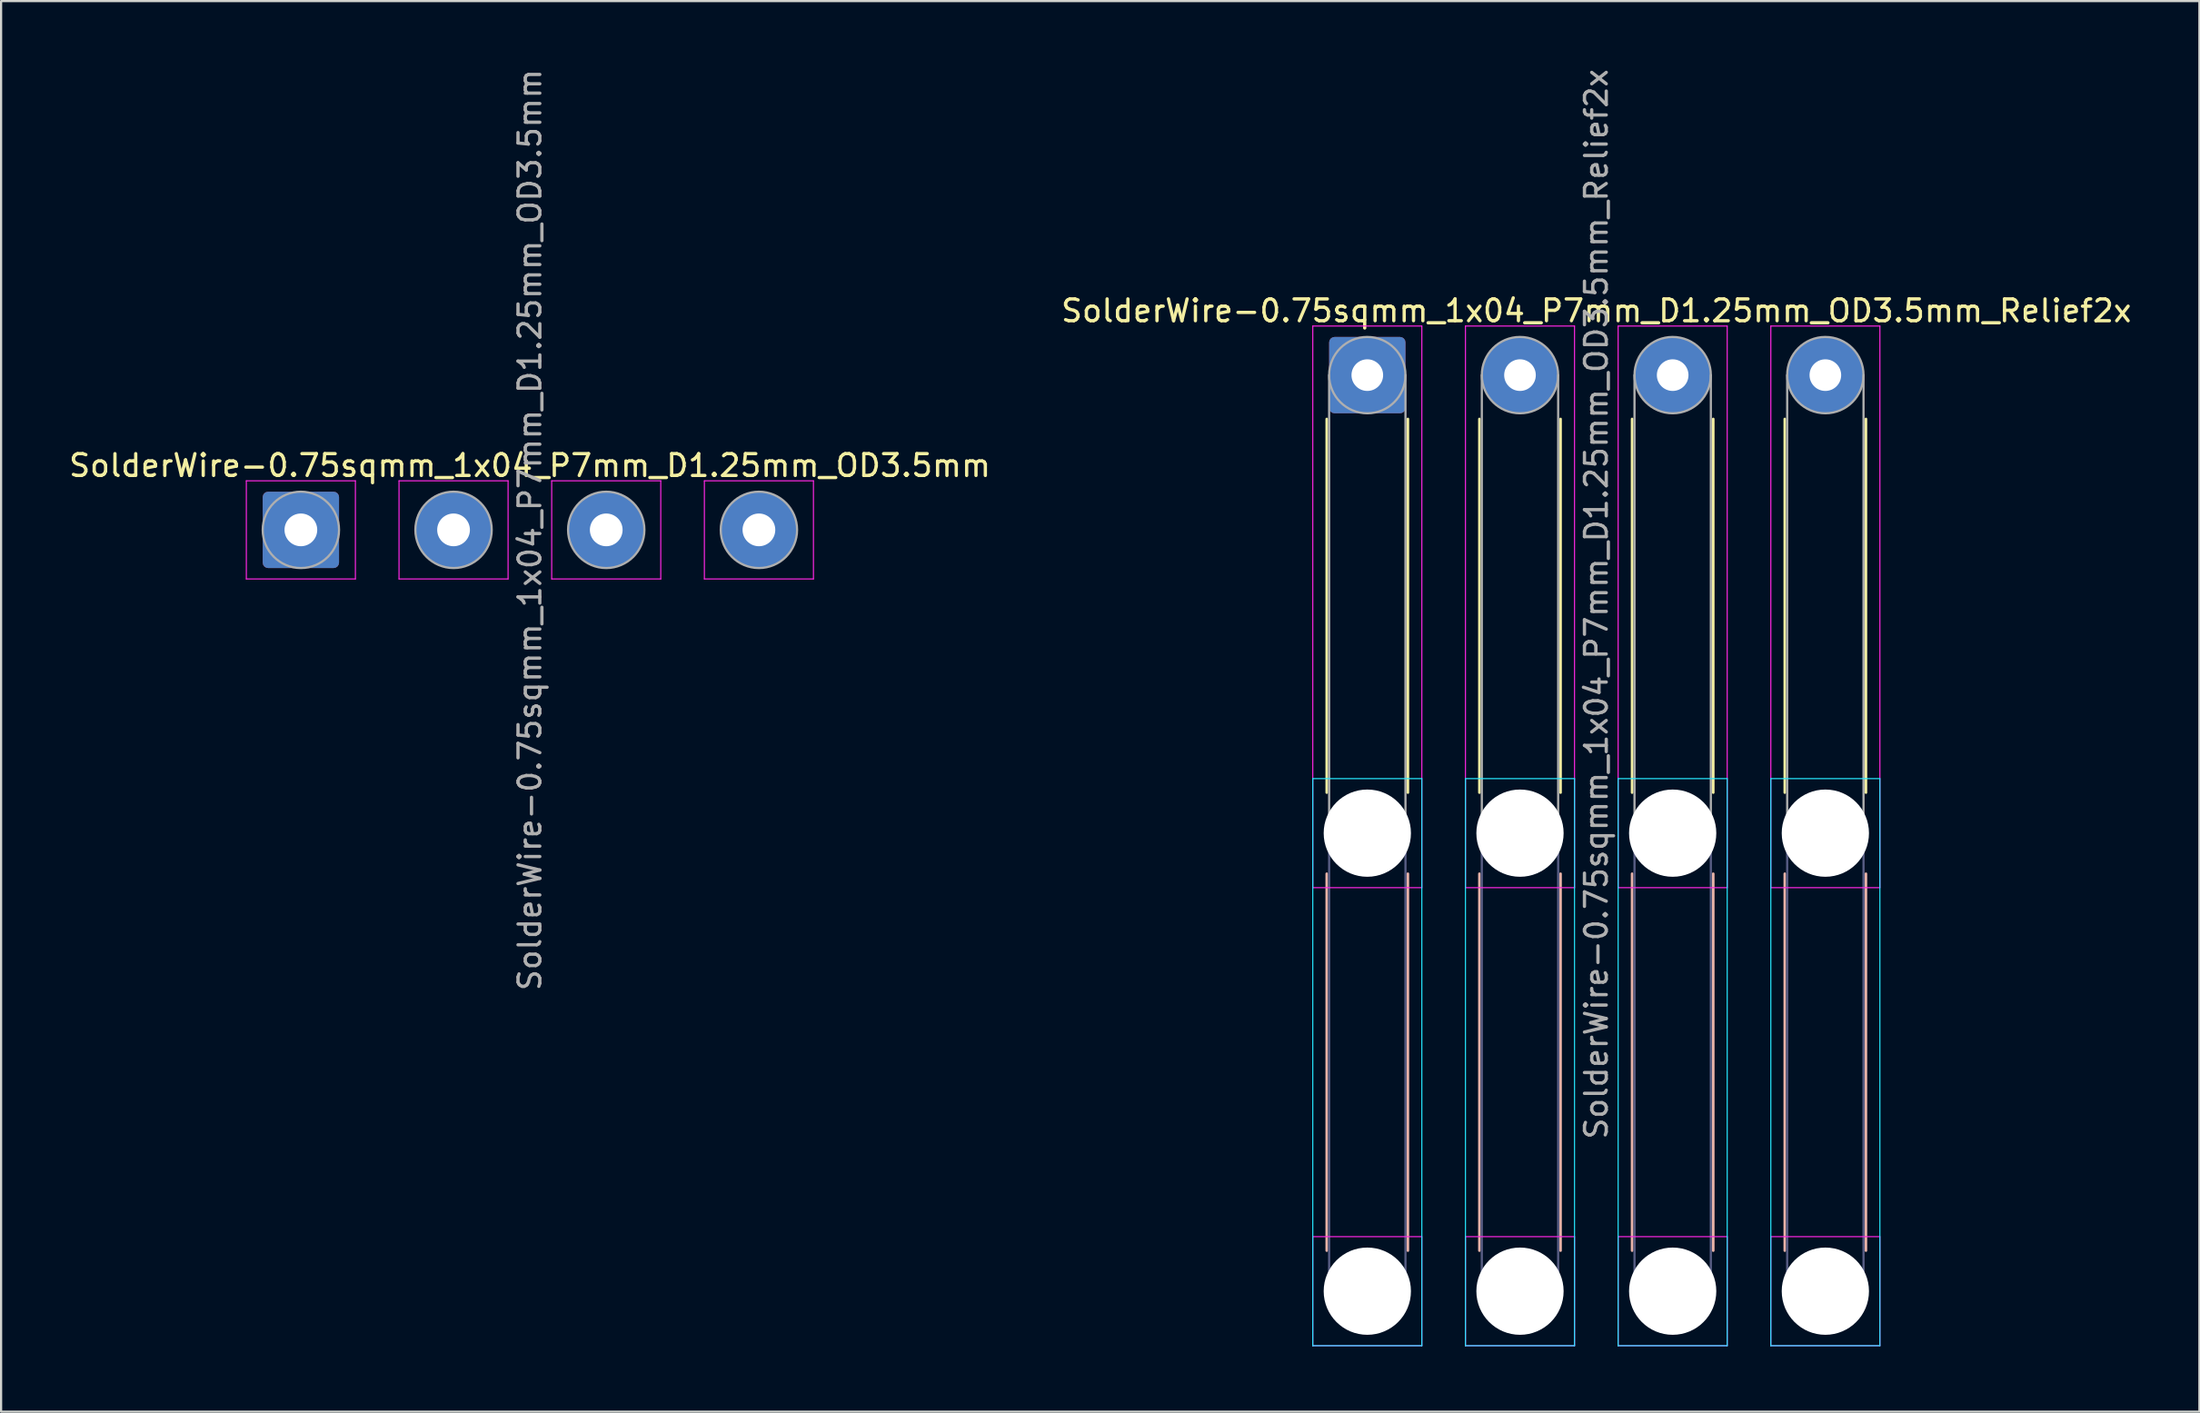
<source format=kicad_pcb>
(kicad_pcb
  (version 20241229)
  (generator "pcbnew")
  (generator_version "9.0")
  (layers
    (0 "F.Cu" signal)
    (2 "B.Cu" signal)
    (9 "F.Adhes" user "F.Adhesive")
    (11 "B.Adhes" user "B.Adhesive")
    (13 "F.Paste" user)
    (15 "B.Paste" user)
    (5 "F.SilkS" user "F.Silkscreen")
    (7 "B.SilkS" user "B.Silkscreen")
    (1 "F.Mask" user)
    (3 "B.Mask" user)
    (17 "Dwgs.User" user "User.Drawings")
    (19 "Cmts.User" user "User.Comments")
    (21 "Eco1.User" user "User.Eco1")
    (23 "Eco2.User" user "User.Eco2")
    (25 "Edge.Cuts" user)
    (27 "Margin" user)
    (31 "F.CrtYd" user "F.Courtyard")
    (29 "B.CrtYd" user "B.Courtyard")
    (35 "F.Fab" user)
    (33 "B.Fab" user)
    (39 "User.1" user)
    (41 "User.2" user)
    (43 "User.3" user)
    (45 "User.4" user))
  (footprint "SolderWire-0.75sqmm_1x04_P7mm_D1.25mm_OD3.5mm"
    (layer "F.Cu")
    (at 10.744 21.244)
    (property "Reference" "SolderWire-0.75sqmm_1x04_P7mm_D1.25mm_OD3.5mm" (at 10.5 -2.95 0) (layer "F.SilkS") (effects (font (size 1 1) (thickness 0.15))))
    (attr exclude_from_pos_files exclude_from_bom)
    (fp_line (start -2.5 -2.25) (end -2.5 2.25) (stroke (width 0.05) (type solid)) (layer "F.CrtYd"))
    (fp_line (start -2.5 2.25) (end 2.5 2.25) (stroke (width 0.05) (type solid)) (layer "F.CrtYd"))
    (fp_line (start 2.5 -2.25) (end -2.5 -2.25) (stroke (width 0.05) (type solid)) (layer "F.CrtYd"))
    (fp_line (start 2.5 2.25) (end 2.5 -2.25) (stroke (width 0.05) (type solid)) (layer "F.CrtYd"))
    (fp_line (start 4.5 -2.25) (end 4.5 2.25) (stroke (width 0.05) (type solid)) (layer "F.CrtYd"))
    (fp_line (start 4.5 2.25) (end 9.5 2.25) (stroke (width 0.05) (type solid)) (layer "F.CrtYd"))
    (fp_line (start 9.5 -2.25) (end 4.5 -2.25) (stroke (width 0.05) (type solid)) (layer "F.CrtYd"))
    (fp_line (start 9.5 2.25) (end 9.5 -2.25) (stroke (width 0.05) (type solid)) (layer "F.CrtYd"))
    (fp_line (start 11.5 -2.25) (end 11.5 2.25) (stroke (width 0.05) (type solid)) (layer "F.CrtYd"))
    (fp_line (start 11.5 2.25) (end 16.5 2.25) (stroke (width 0.05) (type solid)) (layer "F.CrtYd"))
    (fp_line (start 16.5 -2.25) (end 11.5 -2.25) (stroke (width 0.05) (type solid)) (layer "F.CrtYd"))
    (fp_line (start 16.5 2.25) (end 16.5 -2.25) (stroke (width 0.05) (type solid)) (layer "F.CrtYd"))
    (fp_line (start 18.5 -2.25) (end 18.5 2.25) (stroke (width 0.05) (type solid)) (layer "F.CrtYd"))
    (fp_line (start 18.5 2.25) (end 23.5 2.25) (stroke (width 0.05) (type solid)) (layer "F.CrtYd"))
    (fp_line (start 23.5 -2.25) (end 18.5 -2.25) (stroke (width 0.05) (type solid)) (layer "F.CrtYd"))
    (fp_line (start 23.5 2.25) (end 23.5 -2.25) (stroke (width 0.05) (type solid)) (layer "F.CrtYd"))
    (fp_circle (center 0 0) (end 1.75 0) (stroke (width 0.1) (type solid)) (fill no) (layer "F.Fab"))
    (fp_circle (center 7 0) (end 8.75 0) (stroke (width 0.1) (type solid)) (fill no) (layer "F.Fab"))
    (fp_circle (center 14 0) (end 15.75 0) (stroke (width 0.1) (type solid)) (fill no) (layer "F.Fab"))
    (fp_circle (center 21 0) (end 22.75 0) (stroke (width 0.1) (type solid)) (fill no) (layer "F.Fab"))
    (fp_text user "${REFERENCE}" (at 10.5 0 90) (layer "F.Fab") (effects (font (size 1 1) (thickness 0.15))))
    (pad "1" thru_hole roundrect (at 0 0) (size 3.5 3.5) (drill 1.5) (layers "*.Cu" "*.Mask") (roundrect_rratio 0.071))
    (pad "2" thru_hole circle (at 7 0) (size 3.5 3.5) (drill 1.5) (layers "*.Cu" "*.Mask"))
    (pad "3" thru_hole circle (at 14 0) (size 3.5 3.5) (drill 1.5) (layers "*.Cu" "*.Mask"))
    (pad "4" thru_hole circle (at 21 0) (size 3.5 3.5) (drill 1.5) (layers "*.Cu" "*.Mask")))
  (footprint "SolderWire-0.75sqmm_1x04_P7mm_D1.25mm_OD3.5mm_Relief2x"
    (layer "F.Cu")
    (at 59.637 14.149)
    (property "Reference" "SolderWire-0.75sqmm_1x04_P7mm_D1.25mm_OD3.5mm_Relief2x" (at 10.5 -2.95 0) (layer "F.SilkS") (effects (font (size 1 1) (thickness 0.15))))
    (attr exclude_from_pos_files exclude_from_bom)
    (fp_line (start -1.86 2.01) (end -1.86 19.14) (stroke (width 0.12) (type solid)) (layer "F.SilkS"))
    (fp_line (start 1.86 2.01) (end 1.86 19.14) (stroke (width 0.12) (type solid)) (layer "F.SilkS"))
    (fp_line (start 5.14 2.01) (end 5.14 19.14) (stroke (width 0.12) (type solid)) (layer "F.SilkS"))
    (fp_line (start 8.86 2.01) (end 8.86 19.14) (stroke (width 0.12) (type solid)) (layer "F.SilkS"))
    (fp_line (start 12.14 2.01) (end 12.14 19.14) (stroke (width 0.12) (type solid)) (layer "F.SilkS"))
    (fp_line (start 15.86 2.01) (end 15.86 19.14) (stroke (width 0.12) (type solid)) (layer "F.SilkS"))
    (fp_line (start 19.14 2.01) (end 19.14 19.14) (stroke (width 0.12) (type solid)) (layer "F.SilkS"))
    (fp_line (start 22.86 2.01) (end 22.86 19.14) (stroke (width 0.12) (type solid)) (layer "F.SilkS"))
    (fp_line (start -1.86 22.86) (end -1.86 40.14) (stroke (width 0.12) (type solid)) (layer "B.SilkS"))
    (fp_line (start 1.86 22.86) (end 1.86 40.14) (stroke (width 0.12) (type solid)) (layer "B.SilkS"))
    (fp_line (start 5.14 22.86) (end 5.14 40.14) (stroke (width 0.12) (type solid)) (layer "B.SilkS"))
    (fp_line (start 8.86 22.86) (end 8.86 40.14) (stroke (width 0.12) (type solid)) (layer "B.SilkS"))
    (fp_line (start 12.14 22.86) (end 12.14 40.14) (stroke (width 0.12) (type solid)) (layer "B.SilkS"))
    (fp_line (start 15.86 22.86) (end 15.86 40.14) (stroke (width 0.12) (type solid)) (layer "B.SilkS"))
    (fp_line (start 19.14 22.86) (end 19.14 40.14) (stroke (width 0.12) (type solid)) (layer "B.SilkS"))
    (fp_line (start 22.86 22.86) (end 22.86 40.14) (stroke (width 0.12) (type solid)) (layer "B.SilkS"))
    (fp_line (start -2.5 18.5) (end -2.5 44.5) (stroke (width 0.05) (type solid)) (layer "B.CrtYd"))
    (fp_line (start -2.5 44.5) (end 2.5 44.5) (stroke (width 0.05) (type solid)) (layer "B.CrtYd"))
    (fp_line (start 2.5 18.5) (end -2.5 18.5) (stroke (width 0.05) (type solid)) (layer "B.CrtYd"))
    (fp_line (start 2.5 44.5) (end 2.5 18.5) (stroke (width 0.05) (type solid)) (layer "B.CrtYd"))
    (fp_line (start 4.5 18.5) (end 4.5 44.5) (stroke (width 0.05) (type solid)) (layer "B.CrtYd"))
    (fp_line (start 4.5 44.5) (end 9.5 44.5) (stroke (width 0.05) (type solid)) (layer "B.CrtYd"))
    (fp_line (start 9.5 18.5) (end 4.5 18.5) (stroke (width 0.05) (type solid)) (layer "B.CrtYd"))
    (fp_line (start 9.5 44.5) (end 9.5 18.5) (stroke (width 0.05) (type solid)) (layer "B.CrtYd"))
    (fp_line (start 11.5 18.5) (end 11.5 44.5) (stroke (width 0.05) (type solid)) (layer "B.CrtYd"))
    (fp_line (start 11.5 44.5) (end 16.5 44.5) (stroke (width 0.05) (type solid)) (layer "B.CrtYd"))
    (fp_line (start 16.5 18.5) (end 11.5 18.5) (stroke (width 0.05) (type solid)) (layer "B.CrtYd"))
    (fp_line (start 16.5 44.5) (end 16.5 18.5) (stroke (width 0.05) (type solid)) (layer "B.CrtYd"))
    (fp_line (start 18.5 18.5) (end 18.5 44.5) (stroke (width 0.05) (type solid)) (layer "B.CrtYd"))
    (fp_line (start 18.5 44.5) (end 23.5 44.5) (stroke (width 0.05) (type solid)) (layer "B.CrtYd"))
    (fp_line (start 23.5 18.5) (end 18.5 18.5) (stroke (width 0.05) (type solid)) (layer "B.CrtYd"))
    (fp_line (start 23.5 44.5) (end 23.5 18.5) (stroke (width 0.05) (type solid)) (layer "B.CrtYd"))
    (fp_line (start -2.5 -2.25) (end -2.5 23.5) (stroke (width 0.05) (type solid)) (layer "F.CrtYd"))
    (fp_line (start -2.5 23.5) (end 2.5 23.5) (stroke (width 0.05) (type solid)) (layer "F.CrtYd"))
    (fp_line (start -2.5 39.5) (end -2.5 44.5) (stroke (width 0.05) (type solid)) (layer "F.CrtYd"))
    (fp_line (start -2.5 44.5) (end 2.5 44.5) (stroke (width 0.05) (type solid)) (layer "F.CrtYd"))
    (fp_line (start 2.5 -2.25) (end -2.5 -2.25) (stroke (width 0.05) (type solid)) (layer "F.CrtYd"))
    (fp_line (start 2.5 23.5) (end 2.5 -2.25) (stroke (width 0.05) (type solid)) (layer "F.CrtYd"))
    (fp_line (start 2.5 39.5) (end -2.5 39.5) (stroke (width 0.05) (type solid)) (layer "F.CrtYd"))
    (fp_line (start 2.5 44.5) (end 2.5 39.5) (stroke (width 0.05) (type solid)) (layer "F.CrtYd"))
    (fp_line (start 4.5 -2.25) (end 4.5 23.5) (stroke (width 0.05) (type solid)) (layer "F.CrtYd"))
    (fp_line (start 4.5 23.5) (end 9.5 23.5) (stroke (width 0.05) (type solid)) (layer "F.CrtYd"))
    (fp_line (start 4.5 39.5) (end 4.5 44.5) (stroke (width 0.05) (type solid)) (layer "F.CrtYd"))
    (fp_line (start 4.5 44.5) (end 9.5 44.5) (stroke (width 0.05) (type solid)) (layer "F.CrtYd"))
    (fp_line (start 9.5 -2.25) (end 4.5 -2.25) (stroke (width 0.05) (type solid)) (layer "F.CrtYd"))
    (fp_line (start 9.5 23.5) (end 9.5 -2.25) (stroke (width 0.05) (type solid)) (layer "F.CrtYd"))
    (fp_line (start 9.5 39.5) (end 4.5 39.5) (stroke (width 0.05) (type solid)) (layer "F.CrtYd"))
    (fp_line (start 9.5 44.5) (end 9.5 39.5) (stroke (width 0.05) (type solid)) (layer "F.CrtYd"))
    (fp_line (start 11.5 -2.25) (end 11.5 23.5) (stroke (width 0.05) (type solid)) (layer "F.CrtYd"))
    (fp_line (start 11.5 23.5) (end 16.5 23.5) (stroke (width 0.05) (type solid)) (layer "F.CrtYd"))
    (fp_line (start 11.5 39.5) (end 11.5 44.5) (stroke (width 0.05) (type solid)) (layer "F.CrtYd"))
    (fp_line (start 11.5 44.5) (end 16.5 44.5) (stroke (width 0.05) (type solid)) (layer "F.CrtYd"))
    (fp_line (start 16.5 -2.25) (end 11.5 -2.25) (stroke (width 0.05) (type solid)) (layer "F.CrtYd"))
    (fp_line (start 16.5 23.5) (end 16.5 -2.25) (stroke (width 0.05) (type solid)) (layer "F.CrtYd"))
    (fp_line (start 16.5 39.5) (end 11.5 39.5) (stroke (width 0.05) (type solid)) (layer "F.CrtYd"))
    (fp_line (start 16.5 44.5) (end 16.5 39.5) (stroke (width 0.05) (type solid)) (layer "F.CrtYd"))
    (fp_line (start 18.5 -2.25) (end 18.5 23.5) (stroke (width 0.05) (type solid)) (layer "F.CrtYd"))
    (fp_line (start 18.5 23.5) (end 23.5 23.5) (stroke (width 0.05) (type solid)) (layer "F.CrtYd"))
    (fp_line (start 18.5 39.5) (end 18.5 44.5) (stroke (width 0.05) (type solid)) (layer "F.CrtYd"))
    (fp_line (start 18.5 44.5) (end 23.5 44.5) (stroke (width 0.05) (type solid)) (layer "F.CrtYd"))
    (fp_line (start 23.5 -2.25) (end 18.5 -2.25) (stroke (width 0.05) (type solid)) (layer "F.CrtYd"))
    (fp_line (start 23.5 23.5) (end 23.5 -2.25) (stroke (width 0.05) (type solid)) (layer "F.CrtYd"))
    (fp_line (start 23.5 39.5) (end 18.5 39.5) (stroke (width 0.05) (type solid)) (layer "F.CrtYd"))
    (fp_line (start 23.5 44.5) (end 23.5 39.5) (stroke (width 0.05) (type solid)) (layer "F.CrtYd"))
    (fp_line (start -1.75 21) (end -1.75 42) (stroke (width 0.1) (type solid)) (layer "B.Fab"))
    (fp_line (start 1.75 21) (end 1.75 42) (stroke (width 0.1) (type solid)) (layer "B.Fab"))
    (fp_line (start 5.25 21) (end 5.25 42) (stroke (width 0.1) (type solid)) (layer "B.Fab"))
    (fp_line (start 8.75 21) (end 8.75 42) (stroke (width 0.1) (type solid)) (layer "B.Fab"))
    (fp_line (start 12.25 21) (end 12.25 42) (stroke (width 0.1) (type solid)) (layer "B.Fab"))
    (fp_line (start 15.75 21) (end 15.75 42) (stroke (width 0.1) (type solid)) (layer "B.Fab"))
    (fp_line (start 19.25 21) (end 19.25 42) (stroke (width 0.1) (type solid)) (layer "B.Fab"))
    (fp_line (start 22.75 21) (end 22.75 42) (stroke (width 0.1) (type solid)) (layer "B.Fab"))
    (fp_circle (center 0 21) (end 1.75 21) (stroke (width 0.1) (type solid)) (fill no) (layer "B.Fab"))
    (fp_circle (center 0 42) (end 1.75 42) (stroke (width 0.1) (type solid)) (fill no) (layer "B.Fab"))
    (fp_circle (center 7 21) (end 8.75 21) (stroke (width 0.1) (type solid)) (fill no) (layer "B.Fab"))
    (fp_circle (center 7 42) (end 8.75 42) (stroke (width 0.1) (type solid)) (fill no) (layer "B.Fab"))
    (fp_circle (center 14 21) (end 15.75 21) (stroke (width 0.1) (type solid)) (fill no) (layer "B.Fab"))
    (fp_circle (center 14 42) (end 15.75 42) (stroke (width 0.1) (type solid)) (fill no) (layer "B.Fab"))
    (fp_circle (center 21 21) (end 22.75 21) (stroke (width 0.1) (type solid)) (fill no) (layer "B.Fab"))
    (fp_circle (center 21 42) (end 22.75 42) (stroke (width 0.1) (type solid)) (fill no) (layer "B.Fab"))
    (fp_line (start -1.75 0) (end -1.75 21) (stroke (width 0.1) (type solid)) (layer "F.Fab"))
    (fp_line (start 1.75 0) (end 1.75 21) (stroke (width 0.1) (type solid)) (layer "F.Fab"))
    (fp_line (start 5.25 0) (end 5.25 21) (stroke (width 0.1) (type solid)) (layer "F.Fab"))
    (fp_line (start 8.75 0) (end 8.75 21) (stroke (width 0.1) (type solid)) (layer "F.Fab"))
    (fp_line (start 12.25 0) (end 12.25 21) (stroke (width 0.1) (type solid)) (layer "F.Fab"))
    (fp_line (start 15.75 0) (end 15.75 21) (stroke (width 0.1) (type solid)) (layer "F.Fab"))
    (fp_line (start 19.25 0) (end 19.25 21) (stroke (width 0.1) (type solid)) (layer "F.Fab"))
    (fp_line (start 22.75 0) (end 22.75 21) (stroke (width 0.1) (type solid)) (layer "F.Fab"))
    (fp_circle (center 0 0) (end 1.75 0) (stroke (width 0.1) (type solid)) (fill no) (layer "F.Fab"))
    (fp_circle (center 0 21) (end 1.75 21) (stroke (width 0.1) (type solid)) (fill no) (layer "F.Fab"))
    (fp_circle (center 0 42) (end 1.75 42) (stroke (width 0.1) (type solid)) (fill no) (layer "F.Fab"))
    (fp_circle (center 7 0) (end 8.75 0) (stroke (width 0.1) (type solid)) (fill no) (layer "F.Fab"))
    (fp_circle (center 7 21) (end 8.75 21) (stroke (width 0.1) (type solid)) (fill no) (layer "F.Fab"))
    (fp_circle (center 7 42) (end 8.75 42) (stroke (width 0.1) (type solid)) (fill no) (layer "F.Fab"))
    (fp_circle (center 14 0) (end 15.75 0) (stroke (width 0.1) (type solid)) (fill no) (layer "F.Fab"))
    (fp_circle (center 14 21) (end 15.75 21) (stroke (width 0.1) (type solid)) (fill no) (layer "F.Fab"))
    (fp_circle (center 14 42) (end 15.75 42) (stroke (width 0.1) (type solid)) (fill no) (layer "F.Fab"))
    (fp_circle (center 21 0) (end 22.75 0) (stroke (width 0.1) (type solid)) (fill no) (layer "F.Fab"))
    (fp_circle (center 21 21) (end 22.75 21) (stroke (width 0.1) (type solid)) (fill no) (layer "F.Fab"))
    (fp_circle (center 21 42) (end 22.75 42) (stroke (width 0.1) (type solid)) (fill no) (layer "F.Fab"))
    (fp_text user "${REFERENCE}" (at 10.5 10.5 90) (layer "F.Fab") (effects (font (size 1 1) (thickness 0.15))))
    (pad "" np_thru_hole circle (at 0 21) (size 4 4) (drill 4) (layers "*.Cu" "*.Mask"))
    (pad "" np_thru_hole circle (at 0 42) (size 4 4) (drill 4) (layers "*.Cu" "*.Mask"))
    (pad "" np_thru_hole circle (at 7 21) (size 4 4) (drill 4) (layers "*.Cu" "*.Mask"))
    (pad "" np_thru_hole circle (at 7 42) (size 4 4) (drill 4) (layers "*.Cu" "*.Mask"))
    (pad "" np_thru_hole circle (at 14 21) (size 4 4) (drill 4) (layers "*.Cu" "*.Mask"))
    (pad "" np_thru_hole circle (at 14 42) (size 4 4) (drill 4) (layers "*.Cu" "*.Mask"))
    (pad "" np_thru_hole circle (at 21 21) (size 4 4) (drill 4) (layers "*.Cu" "*.Mask"))
    (pad "" np_thru_hole circle (at 21 42) (size 4 4) (drill 4) (layers "*.Cu" "*.Mask"))
    (pad "1" thru_hole roundrect (at 0 0) (size 3.5 3.5) (drill 1.45) (layers "*.Cu" "*.Mask") (roundrect_rratio 0.071))
    (pad "2" thru_hole circle (at 7 0) (size 3.5 3.5) (drill 1.45) (layers "*.Cu" "*.Mask"))
    (pad "3" thru_hole circle (at 14 0) (size 3.5 3.5) (drill 1.45) (layers "*.Cu" "*.Mask"))
    (pad "4" thru_hole circle (at 21 0) (size 3.5 3.5) (drill 1.45) (layers "*.Cu" "*.Mask")))
  (gr_rect
    (start -3 -3)
    (end 97.786 61.674)
    (stroke (width 0.1) (type default))
    (fill no)
    (layer "Edge.Cuts")))
</source>
